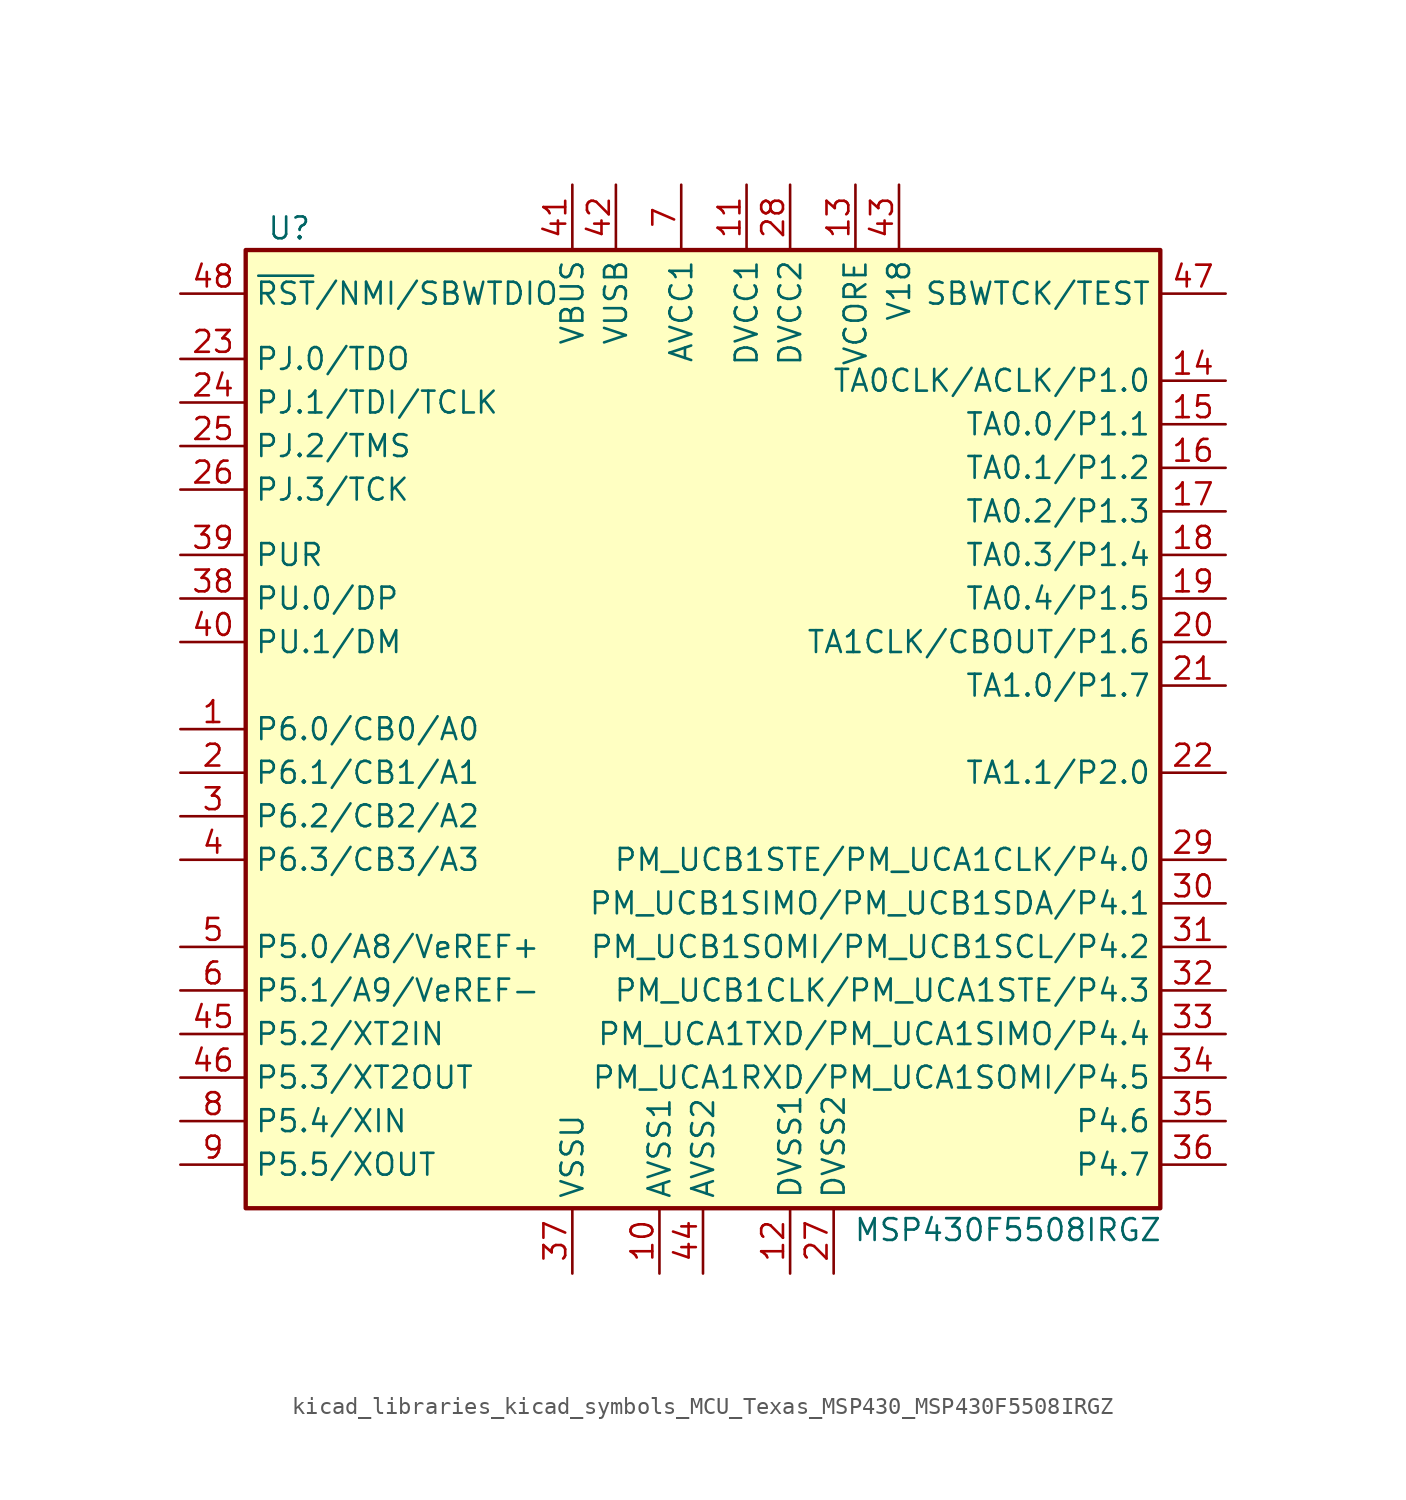
<source format=kicad_sym>
(kicad_symbol_lib
  (version 20220914)
  (generator kicad_symbol_editor)
  (symbol "kicad_libraries_kicad_symbols_MCU_Texas_MSP430_MSP430F5508IRGZ"
    (property "Reference" "U"
      (at -22.86 29.21 0)
      (effects (font (size 1.27 1.27))))
    (property "Value" "MSP430F5508IRGZ"
      (at 19.05 -29.21 0)
      (effects (font (size 1.27 1.27))))
    (symbol "kicad_libraries_kicad_symbols_MCU_Texas_MSP430_MSP430F5508IRGZ_0_1"
      (rectangle (start -25.4 27.94) (end 27.94 -27.94) (stroke (width 0.254) (type default)) (fill (type background))))
    (symbol "kicad_libraries_kicad_symbols_MCU_Texas_MSP430_MSP430F5508IRGZ_1_1"
      (pin bidirectional line (at -29.21 0 0) (length 3.81) (name "P6.0/CB0/A0" (effects (font (size 1.27 1.27)))) (number "1" (effects (font (size 1.27 1.27)))))
      (pin power_in line (at -1.27 -31.75 90) (length 3.81) (name "AVSS1" (effects (font (size 1.27 1.27)))) (number "10" (effects (font (size 1.27 1.27)))))
      (pin power_in line (at 3.81 31.75 270) (length 3.81) (name "DVCC1" (effects (font (size 1.27 1.27)))) (number "11" (effects (font (size 1.27 1.27)))))
      (pin power_in line (at 6.35 -31.75 90) (length 3.81) (name "DVSS1" (effects (font (size 1.27 1.27)))) (number "12" (effects (font (size 1.27 1.27)))))
      (pin passive line (at 10.16 31.75 270) (length 3.81) (name "VCORE" (effects (font (size 1.27 1.27)))) (number "13" (effects (font (size 1.27 1.27)))))
      (pin bidirectional line (at 31.75 20.32 180) (length 3.81) (name "TA0CLK/ACLK/P1.0" (effects (font (size 1.27 1.27)))) (number "14" (effects (font (size 1.27 1.27)))))
      (pin bidirectional line (at 31.75 17.78 180) (length 3.81) (name "TA0.0/P1.1" (effects (font (size 1.27 1.27)))) (number "15" (effects (font (size 1.27 1.27)))))
      (pin bidirectional line (at 31.75 15.24 180) (length 3.81) (name "TA0.1/P1.2" (effects (font (size 1.27 1.27)))) (number "16" (effects (font (size 1.27 1.27)))))
      (pin bidirectional line (at 31.75 12.7 180) (length 3.81) (name "TA0.2/P1.3" (effects (font (size 1.27 1.27)))) (number "17" (effects (font (size 1.27 1.27)))))
      (pin bidirectional line (at 31.75 10.16 180) (length 3.81) (name "TA0.3/P1.4" (effects (font (size 1.27 1.27)))) (number "18" (effects (font (size 1.27 1.27)))))
      (pin bidirectional line (at 31.75 7.62 180) (length 3.81) (name "TA0.4/P1.5" (effects (font (size 1.27 1.27)))) (number "19" (effects (font (size 1.27 1.27)))))
      (pin bidirectional line (at -29.21 -2.54 0) (length 3.81) (name "P6.1/CB1/A1" (effects (font (size 1.27 1.27)))) (number "2" (effects (font (size 1.27 1.27)))))
      (pin bidirectional line (at 31.75 5.08 180) (length 3.81) (name "TA1CLK/CBOUT/P1.6" (effects (font (size 1.27 1.27)))) (number "20" (effects (font (size 1.27 1.27)))))
      (pin bidirectional line (at 31.75 2.54 180) (length 3.81) (name "TA1.0/P1.7" (effects (font (size 1.27 1.27)))) (number "21" (effects (font (size 1.27 1.27)))))
      (pin bidirectional line (at 31.75 -2.54 180) (length 3.81) (name "TA1.1/P2.0" (effects (font (size 1.27 1.27)))) (number "22" (effects (font (size 1.27 1.27)))))
      (pin bidirectional line (at -29.21 21.59 0) (length 3.81) (name "PJ.0/TDO" (effects (font (size 1.27 1.27)))) (number "23" (effects (font (size 1.27 1.27)))))
      (pin bidirectional line (at -29.21 19.05 0) (length 3.81) (name "PJ.1/TDI/TCLK" (effects (font (size 1.27 1.27)))) (number "24" (effects (font (size 1.27 1.27)))))
      (pin bidirectional line (at -29.21 16.51 0) (length 3.81) (name "PJ.2/TMS" (effects (font (size 1.27 1.27)))) (number "25" (effects (font (size 1.27 1.27)))))
      (pin bidirectional line (at -29.21 13.97 0) (length 3.81) (name "PJ.3/TCK" (effects (font (size 1.27 1.27)))) (number "26" (effects (font (size 1.27 1.27)))))
      (pin power_in line (at 8.89 -31.75 90) (length 3.81) (name "DVSS2" (effects (font (size 1.27 1.27)))) (number "27" (effects (font (size 1.27 1.27)))))
      (pin power_in line (at 6.35 31.75 270) (length 3.81) (name "DVCC2" (effects (font (size 1.27 1.27)))) (number "28" (effects (font (size 1.27 1.27)))))
      (pin bidirectional line (at 31.75 -7.62 180) (length 3.81) (name "PM_UCB1STE/PM_UCA1CLK/P4.0" (effects (font (size 1.27 1.27)))) (number "29" (effects (font (size 1.27 1.27)))))
      (pin bidirectional line (at -29.21 -5.08 0) (length 3.81) (name "P6.2/CB2/A2" (effects (font (size 1.27 1.27)))) (number "3" (effects (font (size 1.27 1.27)))))
      (pin bidirectional line (at 31.75 -10.16 180) (length 3.81) (name "PM_UCB1SIMO/PM_UCB1SDA/P4.1" (effects (font (size 1.27 1.27)))) (number "30" (effects (font (size 1.27 1.27)))))
      (pin bidirectional line (at 31.75 -12.7 180) (length 3.81) (name "PM_UCB1SOMI/PM_UCB1SCL/P4.2" (effects (font (size 1.27 1.27)))) (number "31" (effects (font (size 1.27 1.27)))))
      (pin bidirectional line (at 31.75 -15.24 180) (length 3.81) (name "PM_UCB1CLK/PM_UCA1STE/P4.3" (effects (font (size 1.27 1.27)))) (number "32" (effects (font (size 1.27 1.27)))))
      (pin bidirectional line (at 31.75 -17.78 180) (length 3.81) (name "PM_UCA1TXD/PM_UCA1SIMO/P4.4" (effects (font (size 1.27 1.27)))) (number "33" (effects (font (size 1.27 1.27)))))
      (pin bidirectional line (at 31.75 -20.32 180) (length 3.81) (name "PM_UCA1RXD/PM_UCA1SOMI/P4.5" (effects (font (size 1.27 1.27)))) (number "34" (effects (font (size 1.27 1.27)))))
      (pin bidirectional line (at 31.75 -22.86 180) (length 3.81) (name "P4.6" (effects (font (size 1.27 1.27)))) (number "35" (effects (font (size 1.27 1.27)))))
      (pin bidirectional line (at 31.75 -25.4 180) (length 3.81) (name "P4.7" (effects (font (size 1.27 1.27)))) (number "36" (effects (font (size 1.27 1.27)))))
      (pin power_in line (at -6.35 -31.75 90) (length 3.81) (name "VSSU" (effects (font (size 1.27 1.27)))) (number "37" (effects (font (size 1.27 1.27)))))
      (pin bidirectional line (at -29.21 7.62 0) (length 3.81) (name "PU.0/DP" (effects (font (size 1.27 1.27)))) (number "38" (effects (font (size 1.27 1.27)))))
      (pin bidirectional line (at -29.21 10.16 0) (length 3.81) (name "PUR" (effects (font (size 1.27 1.27)))) (number "39" (effects (font (size 1.27 1.27)))))
      (pin bidirectional line (at -29.21 -7.62 0) (length 3.81) (name "P6.3/CB3/A3" (effects (font (size 1.27 1.27)))) (number "4" (effects (font (size 1.27 1.27)))))
      (pin bidirectional line (at -29.21 5.08 0) (length 3.81) (name "PU.1/DM" (effects (font (size 1.27 1.27)))) (number "40" (effects (font (size 1.27 1.27)))))
      (pin power_in line (at -6.35 31.75 270) (length 3.81) (name "VBUS" (effects (font (size 1.27 1.27)))) (number "41" (effects (font (size 1.27 1.27)))))
      (pin power_out line (at -3.81 31.75 270) (length 3.81) (name "VUSB" (effects (font (size 1.27 1.27)))) (number "42" (effects (font (size 1.27 1.27)))))
      (pin passive line (at 12.7 31.75 270) (length 3.81) (name "V18" (effects (font (size 1.27 1.27)))) (number "43" (effects (font (size 1.27 1.27)))))
      (pin power_in line (at 1.27 -31.75 90) (length 3.81) (name "AVSS2" (effects (font (size 1.27 1.27)))) (number "44" (effects (font (size 1.27 1.27)))))
      (pin bidirectional line (at -29.21 -17.78 0) (length 3.81) (name "P5.2/XT2IN" (effects (font (size 1.27 1.27)))) (number "45" (effects (font (size 1.27 1.27)))))
      (pin bidirectional line (at -29.21 -20.32 0) (length 3.81) (name "P5.3/XT2OUT" (effects (font (size 1.27 1.27)))) (number "46" (effects (font (size 1.27 1.27)))))
      (pin input line (at 31.75 25.4 180) (length 3.81) (name "SBWTCK/TEST" (effects (font (size 1.27 1.27)))) (number "47" (effects (font (size 1.27 1.27)))))
      (pin input line (at -29.21 25.4 0) (length 3.81) (name "~{RST}/NMI/SBWTDIO" (effects (font (size 1.27 1.27)))) (number "48" (effects (font (size 1.27 1.27)))))
      (pin bidirectional line (at -29.21 -12.7 0) (length 3.81) (name "P5.0/A8/VeREF+" (effects (font (size 1.27 1.27)))) (number "5" (effects (font (size 1.27 1.27)))))
      (pin bidirectional line (at -29.21 -15.24 0) (length 3.81) (name "P5.1/A9/VeREF-" (effects (font (size 1.27 1.27)))) (number "6" (effects (font (size 1.27 1.27)))))
      (pin power_in line (at 0 31.75 270) (length 3.81) (name "AVCC1" (effects (font (size 1.27 1.27)))) (number "7" (effects (font (size 1.27 1.27)))))
      (pin bidirectional line (at -29.21 -22.86 0) (length 3.81) (name "P5.4/XIN" (effects (font (size 1.27 1.27)))) (number "8" (effects (font (size 1.27 1.27)))))
      (pin bidirectional line (at -29.21 -25.4 0) (length 3.81) (name "P5.5/XOUT" (effects (font (size 1.27 1.27)))) (number "9" (effects (font (size 1.27 1.27))))))))
</source>
